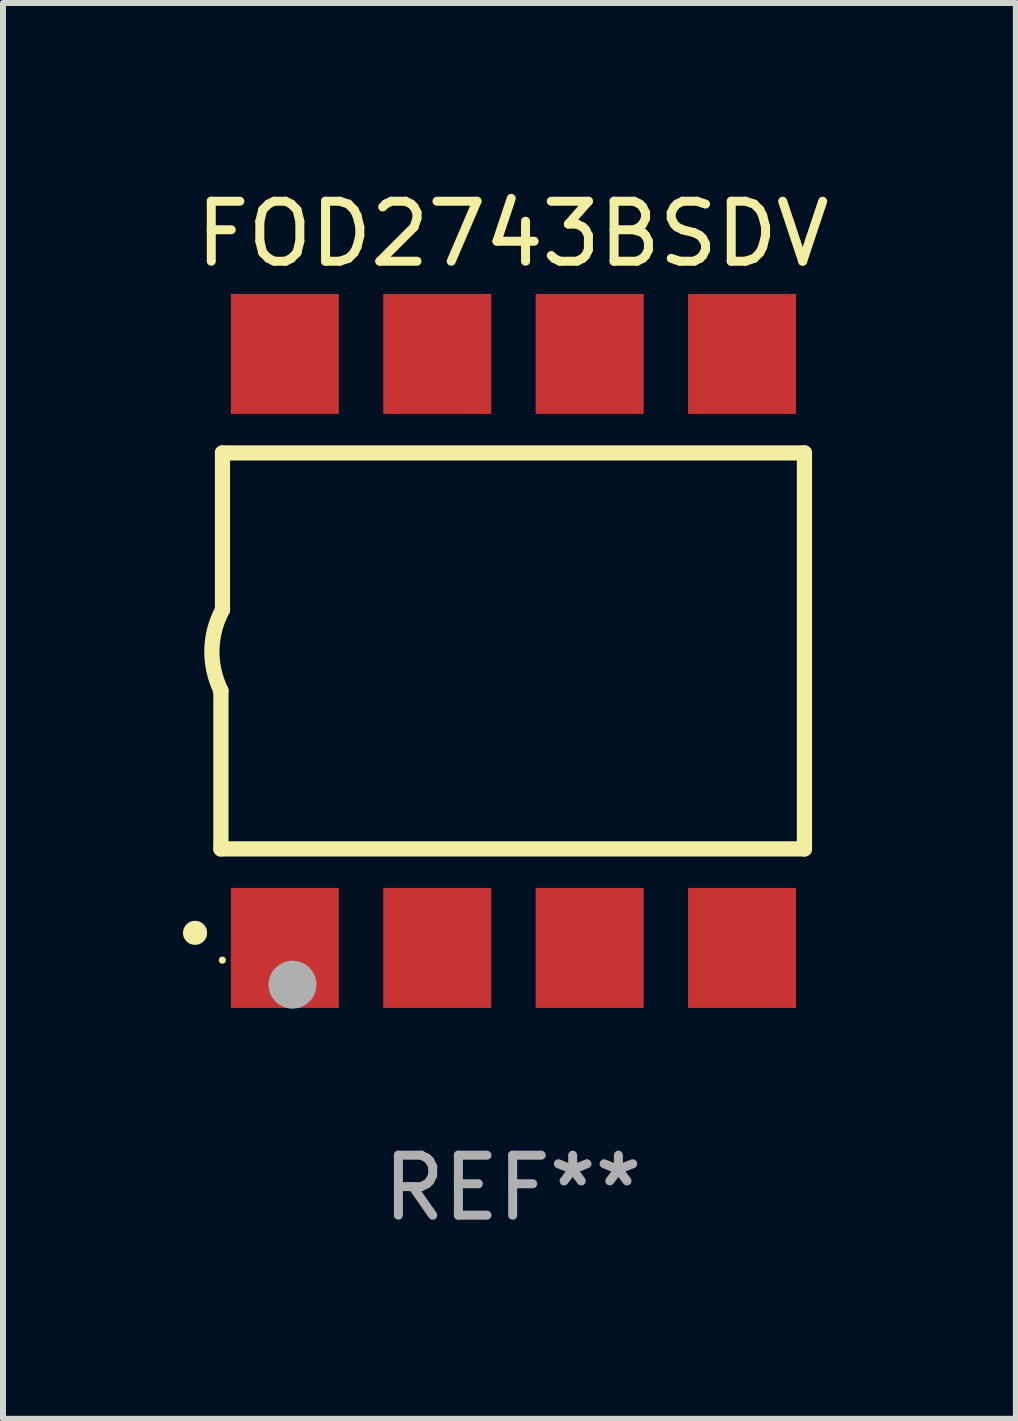
<source format=kicad_pcb>
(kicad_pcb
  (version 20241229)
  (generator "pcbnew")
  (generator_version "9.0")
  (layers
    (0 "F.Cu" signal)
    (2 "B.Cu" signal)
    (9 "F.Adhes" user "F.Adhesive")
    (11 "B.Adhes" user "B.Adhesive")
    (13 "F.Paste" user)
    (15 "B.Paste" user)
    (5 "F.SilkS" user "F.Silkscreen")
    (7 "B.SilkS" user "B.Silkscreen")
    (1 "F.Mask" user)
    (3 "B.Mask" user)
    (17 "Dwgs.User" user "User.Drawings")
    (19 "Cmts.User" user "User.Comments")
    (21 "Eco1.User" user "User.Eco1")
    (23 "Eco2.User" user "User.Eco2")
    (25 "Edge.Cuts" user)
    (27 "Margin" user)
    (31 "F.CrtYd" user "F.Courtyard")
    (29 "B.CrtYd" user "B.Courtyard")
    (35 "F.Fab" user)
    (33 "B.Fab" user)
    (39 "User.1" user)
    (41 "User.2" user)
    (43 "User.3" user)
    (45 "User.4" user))
  (footprint "FOD2743BSDV"
    (layer "F.Cu")
    (at 5.495 7.799)
    (property "Reference" "FOD2743BSDV" (at 0 -6.95 0) (layer "F.SilkS") (effects (font (size 1 1) (thickness 0.15))))
    (attr through_hole)
    (fp_line (start -4.863 3.3) (end -4.863 0.66) (stroke (width 0.254) (type solid)) (layer "F.SilkS"))
    (fp_line (start -4.837 -3.3) (end -4.837 -0.686) (stroke (width 0.254) (type solid)) (layer "F.SilkS"))
    (fp_line (start -4.837 -3.3) (end 4.863 -3.3) (stroke (width 0.254) (type solid)) (layer "F.SilkS"))
    (fp_line (start 4.863 -3.3) (end 4.863 3.3) (stroke (width 0.254) (type solid)) (layer "F.SilkS"))
    (fp_line (start 4.863 3.3) (end -4.863 3.3) (stroke (width 0.254) (type solid)) (layer "F.SilkS"))
    (fp_arc (start -5.295212 4.699009) (mid -5.293942 4.699005) (end -5.292672 4.699009) (stroke (width 0.4) (type solid)) (layer "F.SilkS"))
    (fp_arc (start -4.863411 0.660401) (mid -5.013163 -0.015948) (end -4.836614 -0.685801) (stroke (width 0.254001) (type solid)) (layer "F.SilkS"))
    (fp_circle (center -4.839 5.154) (end -4.809 5.154) (stroke (width 0.06) (type solid)) (fill no) (layer "F.SilkS"))
    (fp_circle (center -3.67 5.563) (end -3.47 5.563) (stroke (width 0.4) (type solid)) (fill no) (layer "F.Fab"))
    (fp_text user "REF**" (at 0 8.95 0) (layer "F.Fab") (effects (font (size 1 1) (thickness 0.15))))
    (pad "1" smd rect (at -3.797 4.95) (size 1.8 2) (layers "F.Cu" "F.Mask" "F.Paste"))
    (pad "2" smd rect (at -1.257 4.95) (size 1.8 2) (layers "F.Cu" "F.Mask" "F.Paste"))
    (pad "3" smd rect (at 1.283 4.95) (size 1.8 2) (layers "F.Cu" "F.Mask" "F.Paste"))
    (pad "4" smd rect (at 3.823 4.95) (size 1.8 2) (layers "F.Cu" "F.Mask" "F.Paste"))
    (pad "5" smd rect (at 3.823 -4.95 180) (size 1.8 2) (layers "F.Cu" "F.Mask" "F.Paste"))
    (pad "6" smd rect (at 1.283 -4.95 180) (size 1.8 2) (layers "F.Cu" "F.Mask" "F.Paste"))
    (pad "7" smd rect (at -1.257 -4.95 180) (size 1.8 2) (layers "F.Cu" "F.Mask" "F.Paste"))
    (pad "8" smd rect (at -3.797 -4.95 180) (size 1.8 2) (layers "F.Cu" "F.Mask" "F.Paste")))
  (gr_rect
    (start -3 -3)
    (end 13.882 20.597)
    (stroke (width 0.1) (type default))
    (fill no)
    (layer "Edge.Cuts")))
</source>
